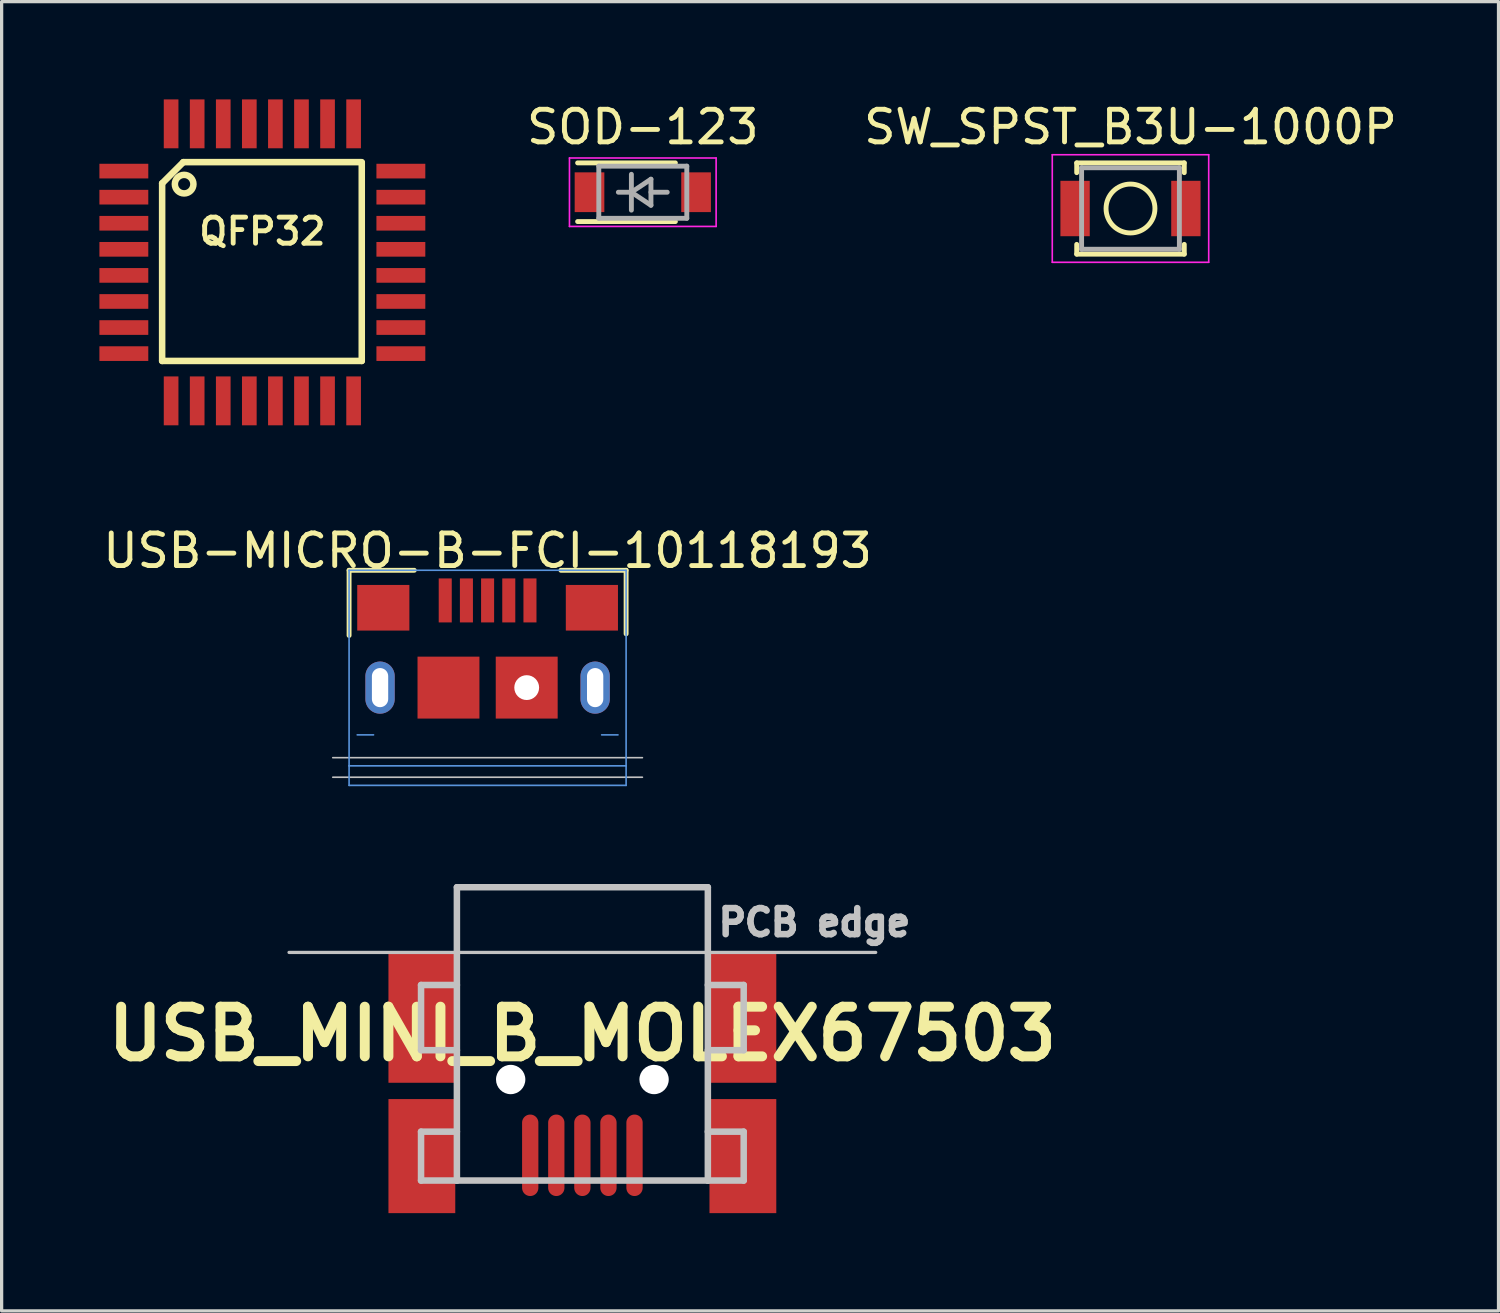
<source format=kicad_pcb>
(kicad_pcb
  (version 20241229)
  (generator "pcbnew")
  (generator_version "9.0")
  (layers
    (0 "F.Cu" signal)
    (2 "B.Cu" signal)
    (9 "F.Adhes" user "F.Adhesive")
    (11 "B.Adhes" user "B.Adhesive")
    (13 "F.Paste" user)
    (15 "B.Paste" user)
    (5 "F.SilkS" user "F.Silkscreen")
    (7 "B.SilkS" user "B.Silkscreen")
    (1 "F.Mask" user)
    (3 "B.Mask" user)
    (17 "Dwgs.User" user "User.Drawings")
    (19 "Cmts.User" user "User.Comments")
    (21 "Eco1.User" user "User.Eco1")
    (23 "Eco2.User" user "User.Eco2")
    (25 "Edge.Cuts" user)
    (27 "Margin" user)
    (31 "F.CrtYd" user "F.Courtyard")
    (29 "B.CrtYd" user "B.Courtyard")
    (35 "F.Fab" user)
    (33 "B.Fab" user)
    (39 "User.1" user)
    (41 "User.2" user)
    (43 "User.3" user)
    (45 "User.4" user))
  (footprint "USB_MINI_B_MOLEX67503"
    (layer "F.Cu")
    (at 14.819 28.673)
    (property "Reference" "USB_MINI_B_MOLEX67503" (at 0 0 0) (layer "F.SilkS") (effects (font (size 1.524 1.524) (thickness 0.305))))
    (attr smd)
    (fp_line (start -9 -2.5) (end 9 -2.5) (stroke (width 0.1) (type solid)) (layer "Dwgs.User"))
    (fp_line (start -4.95 -1.5) (end -4.95 0.5) (stroke (width 0.2) (type solid)) (layer "Dwgs.User"))
    (fp_line (start -4.95 3) (end -4.95 4.5) (stroke (width 0.2) (type solid)) (layer "Dwgs.User"))
    (fp_line (start -3.85 -4.5) (end 3.85 -4.5) (stroke (width 0.2) (type solid)) (layer "Dwgs.User"))
    (fp_line (start -3.85 -1.5) (end -4.95 -1.5) (stroke (width 0.2) (type solid)) (layer "Dwgs.User"))
    (fp_line (start -3.85 0.5) (end -4.95 0.5) (stroke (width 0.2) (type solid)) (layer "Dwgs.User"))
    (fp_line (start -3.85 3) (end -4.95 3) (stroke (width 0.2) (type solid)) (layer "Dwgs.User"))
    (fp_line (start -3.85 4.5) (end -4.95 4.5) (stroke (width 0.2) (type solid)) (layer "Dwgs.User"))
    (fp_line (start -3.85 4.5) (end -3.85 -4.5) (stroke (width 0.2) (type solid)) (layer "Dwgs.User"))
    (fp_line (start 3.85 -4.5) (end 3.85 4.5) (stroke (width 0.2) (type solid)) (layer "Dwgs.User"))
    (fp_line (start 3.85 -1.5) (end 4.95 -1.5) (stroke (width 0.2) (type solid)) (layer "Dwgs.User"))
    (fp_line (start 3.85 0.5) (end 4.95 0.5) (stroke (width 0.2) (type solid)) (layer "Dwgs.User"))
    (fp_line (start 3.85 3) (end 4.95 3) (stroke (width 0.2) (type solid)) (layer "Dwgs.User"))
    (fp_line (start 3.85 4.5) (end -3.85 4.5) (stroke (width 0.2) (type solid)) (layer "Dwgs.User"))
    (fp_line (start 3.85 4.5) (end 4.95 4.5) (stroke (width 0.2) (type solid)) (layer "Dwgs.User"))
    (fp_line (start 4.95 -1.5) (end 4.95 0.5) (stroke (width 0.2) (type solid)) (layer "Dwgs.User"))
    (fp_line (start 4.95 3) (end 4.95 4.5) (stroke (width 0.2) (type solid)) (layer "Dwgs.User"))
    (fp_text user "PCB edge" (at 7.12 -3.42 0) (layer "Dwgs.User") (effects (font (size 0.8 0.8) (thickness 0.2))))
    (pad "" np_thru_hole circle (at -2.2 1.4) (size 0.9 0.9) (drill 0.9) (layers "*.Cu" "*.Mask"))
    (pad "" np_thru_hole circle (at 2.2 1.4) (size 0.9 0.9) (drill 0.9) (layers "*.Cu" "*.Mask"))
    (pad "1" smd oval (at 1.6 3.725) (size 0.5 2.5) (layers "F.Cu" "F.Mask" "F.Paste"))
    (pad "2" smd oval (at 0.8 3.725) (size 0.5 2.5) (layers "F.Cu" "F.Mask" "F.Paste"))
    (pad "3" smd oval (at 0 3.725) (size 0.5 2.5) (layers "F.Cu" "F.Mask" "F.Paste"))
    (pad "4" smd oval (at -0.8 3.725) (size 0.5 2.5) (layers "F.Cu" "F.Mask" "F.Paste"))
    (pad "5" smd oval (at -1.6 3.725) (size 0.5 2.5) (layers "F.Cu" "F.Mask" "F.Paste"))
    (pad "~" smd rect (at -4.925 -0.5) (size 2.05 4) (layers "F.Cu" "F.Mask" "F.Paste"))
    (pad "~" smd rect (at -4.925 3.75) (size 2.05 3.5) (layers "F.Cu" "F.Mask" "F.Paste"))
    (pad "~" smd rect (at 4.925 -0.5) (size 2.05 4) (layers "F.Cu" "F.Mask" "F.Paste"))
    (pad "~" smd rect (at 4.925 3.75) (size 2.05 3.5) (layers "F.Cu" "F.Mask" "F.Paste")))
  (footprint "SW_SPST_B3U-1000P"
    (layer "F.Cu")
    (at 31.637 3.348)
    (property "Reference" "SW_SPST_B3U-1000P" (at 0 -2.5 0) (layer "F.SilkS") (effects (font (size 1 1) (thickness 0.15))))
    (attr smd)
    (fp_line (start -1.65 -1.4) (end 1.65 -1.4) (stroke (width 0.15) (type solid)) (layer "F.SilkS"))
    (fp_line (start -1.65 -1.1) (end -1.65 -1.4) (stroke (width 0.15) (type solid)) (layer "F.SilkS"))
    (fp_line (start -1.65 1.1) (end -1.65 1.4) (stroke (width 0.15) (type solid)) (layer "F.SilkS"))
    (fp_line (start -1.65 1.4) (end 1.65 1.4) (stroke (width 0.15) (type solid)) (layer "F.SilkS"))
    (fp_line (start 1.65 -1.4) (end 1.65 -1.1) (stroke (width 0.15) (type solid)) (layer "F.SilkS"))
    (fp_line (start 1.65 1.4) (end 1.65 1.1) (stroke (width 0.15) (type solid)) (layer "F.SilkS"))
    (fp_circle (center 0 0) (end 0.75 0) (stroke (width 0.15) (type solid)) (fill no) (layer "F.SilkS"))
    (fp_line (start -2.4 -1.65) (end -2.4 1.65) (stroke (width 0.05) (type solid)) (layer "F.CrtYd"))
    (fp_line (start -2.4 1.65) (end 2.4 1.65) (stroke (width 0.05) (type solid)) (layer "F.CrtYd"))
    (fp_line (start 2.4 -1.65) (end -2.4 -1.65) (stroke (width 0.05) (type solid)) (layer "F.CrtYd"))
    (fp_line (start 2.4 1.65) (end 2.4 -1.65) (stroke (width 0.05) (type solid)) (layer "F.CrtYd"))
    (fp_line (start -1.5 -1.25) (end 1.5 -1.25) (stroke (width 0.15) (type solid)) (layer "F.Fab"))
    (fp_line (start -1.5 1.25) (end -1.5 -1.25) (stroke (width 0.15) (type solid)) (layer "F.Fab"))
    (fp_line (start 1.5 -1.25) (end 1.5 1.25) (stroke (width 0.15) (type solid)) (layer "F.Fab"))
    (fp_line (start 1.5 1.25) (end -1.5 1.25) (stroke (width 0.15) (type solid)) (layer "F.Fab"))
    (pad "1" smd rect (at -1.7 0) (size 0.9 1.7) (layers "F.Cu" "F.Mask" "F.Paste"))
    (pad "2" smd rect (at 1.7 0) (size 0.9 1.7) (layers "F.Cu" "F.Mask" "F.Paste")))
  (footprint "USB-MICRO-B-FCI-10118193"
    (layer "F.Cu")
    (at 11.911 18.048)
    (property "Reference" "USB-MICRO-B-FCI-10118193" (at 0 -4.2 0) (layer "F.SilkS") (effects (font (size 1 1) (thickness 0.15))))
    (attr through_hole)
    (fp_line (start -4.25 -3.6) (end -2.25 -3.6) (stroke (width 0.15) (type solid)) (layer "F.SilkS"))
    (fp_line (start -4.25 -1.6) (end -4.25 -3.6) (stroke (width 0.15) (type solid)) (layer "F.SilkS"))
    (fp_line (start 2.25 -3.6) (end 4.25 -3.6) (stroke (width 0.15) (type solid)) (layer "F.SilkS"))
    (fp_line (start 4.25 -3.6) (end 4.25 -1.65) (stroke (width 0.15) (type solid)) (layer "F.SilkS"))
    (fp_line (start 4.75 2.15) (end -4.75 2.15) (stroke (width 0.05) (type solid)) (layer "Dwgs.User"))
    (fp_line (start 4.75 2.75) (end -4.75 2.75) (stroke (width 0.05) (type solid)) (layer "Dwgs.User"))
    (fp_line (start -4.25 -3.6) (end -4.25 2.4) (stroke (width 0.05) (type solid)) (layer "Cmts.User"))
    (fp_line (start -4.25 3) (end -4.25 2.4) (stroke (width 0.05) (type solid)) (layer "Cmts.User"))
    (fp_line (start -4 1.45) (end -3.5 1.45) (stroke (width 0.05) (type solid)) (layer "Cmts.User"))
    (fp_line (start 4 1.45) (end 3.5 1.45) (stroke (width 0.05) (type solid)) (layer "Cmts.User"))
    (fp_line (start 4.25 -3.6) (end -4.25 -3.6) (stroke (width 0.05) (type solid)) (layer "Cmts.User"))
    (fp_line (start 4.25 -3.6) (end 4.25 2.4) (stroke (width 0.05) (type solid)) (layer "Cmts.User"))
    (fp_line (start 4.25 2.4) (end -4.25 2.4) (stroke (width 0.05) (type solid)) (layer "Cmts.User"))
    (fp_line (start 4.25 2.4) (end 4.25 3) (stroke (width 0.05) (type solid)) (layer "Cmts.User"))
    (fp_line (start 4.25 3) (end -4.25 3) (stroke (width 0.05) (type solid)) (layer "Cmts.User"))
    (pad "" thru_hole oval (at -3.3 0) (size 0.9 1.6) (drill oval 0.5 1.2) (layers "*.Cu" "*.Paste" "*.Mask"))
    (pad "" connect rect (at -1.2 0) (size 1.9 1.9) (layers "F.Cu" "F.Mask" "F.Paste"))
    (pad "" np_thru_hole rect (at 1.2 0) (size 1.9 1.9) (drill 0.762) (layers "F.Cu" "F.Mask" "F.Paste"))
    (pad "" thru_hole oval (at 3.3 0) (size 0.9 1.6) (drill oval 0.5 1.2) (layers "*.Cu" "*.Paste" "*.Mask"))
    (pad "1" smd rect (at -1.3 -2.675) (size 0.4 1.35) (layers "F.Cu" "F.Mask" "F.Paste"))
    (pad "2" smd rect (at -0.65 -2.675) (size 0.4 1.35) (layers "F.Cu" "F.Mask" "F.Paste"))
    (pad "3" smd rect (at 0 -2.675) (size 0.4 1.35) (layers "F.Cu" "F.Mask" "F.Paste"))
    (pad "4" smd rect (at 0.65 -2.675) (size 0.4 1.35) (layers "F.Cu" "F.Mask" "F.Paste"))
    (pad "5" smd rect (at 1.3 -2.675) (size 0.4 1.35) (layers "F.Cu" "F.Mask" "F.Paste"))
    (pad "SHIE" smd rect (at -3.2 -2.45) (size 1.6 1.4) (layers "F.Cu" "F.Mask" "F.Paste"))
    (pad "SHIE" smd rect (at 3.2 -2.45) (size 1.6 1.4) (layers "F.Cu" "F.Mask" "F.Paste")))
  (footprint "SOD-123"
    (layer "F.Cu")
    (at 16.673 2.848)
    (property "Reference" "SOD-123" (at 0 -2 0) (layer "F.SilkS") (effects (font (size 1 1) (thickness 0.15))))
    (attr smd)
    (fp_line (start -2 -0.9) (end 1 -0.9) (stroke (width 0.15) (type solid)) (layer "F.SilkS"))
    (fp_line (start -2 0.9) (end 1 0.9) (stroke (width 0.15) (type solid)) (layer "F.SilkS"))
    (fp_line (start -2.25 -1.05) (end -2.25 1.05) (stroke (width 0.05) (type solid)) (layer "F.CrtYd"))
    (fp_line (start -2.25 -1.05) (end 2.25 -1.05) (stroke (width 0.05) (type solid)) (layer "F.CrtYd"))
    (fp_line (start 2.25 -1.05) (end 2.25 1.05) (stroke (width 0.05) (type solid)) (layer "F.CrtYd"))
    (fp_line (start 2.25 1.05) (end -2.25 1.05) (stroke (width 0.05) (type solid)) (layer "F.CrtYd"))
    (fp_line (start -1.35 -0.8) (end 1.35 -0.8) (stroke (width 0.15) (type solid)) (layer "F.Fab"))
    (fp_line (start -1.35 0.8) (end -1.35 -0.8) (stroke (width 0.15) (type solid)) (layer "F.Fab"))
    (fp_line (start -0.75 0) (end -0.35 0) (stroke (width 0.15) (type solid)) (layer "F.Fab"))
    (fp_line (start -0.35 0) (end -0.35 -0.55) (stroke (width 0.15) (type solid)) (layer "F.Fab"))
    (fp_line (start -0.35 0) (end -0.35 0.55) (stroke (width 0.15) (type solid)) (layer "F.Fab"))
    (fp_line (start -0.35 0) (end 0.25 -0.4) (stroke (width 0.15) (type solid)) (layer "F.Fab"))
    (fp_line (start 0.25 -0.4) (end 0.25 0.4) (stroke (width 0.15) (type solid)) (layer "F.Fab"))
    (fp_line (start 0.25 0) (end 0.75 0) (stroke (width 0.15) (type solid)) (layer "F.Fab"))
    (fp_line (start 0.25 0.4) (end -0.35 0) (stroke (width 0.15) (type solid)) (layer "F.Fab"))
    (fp_line (start 1.35 -0.8) (end 1.35 0.8) (stroke (width 0.15) (type solid)) (layer "F.Fab"))
    (fp_line (start 1.35 0.8) (end -1.35 0.8) (stroke (width 0.15) (type solid)) (layer "F.Fab"))
    (pad "1" smd rect (at -1.635 0) (size 0.91 1.22) (layers "F.Cu" "F.Mask" "F.Paste"))
    (pad "2" smd rect (at 1.635 0) (size 0.91 1.22) (layers "F.Cu" "F.Mask" "F.Paste")))
  (footprint "QFP32"
    (layer "F.Cu")
    (at 5 5)
    (property "Reference" "QFP32" (at 0 -0.95 0) (layer "F.SilkS") (effects (font (size 0.8 0.8) (thickness 0.15))))
    (attr through_hole)
    (fp_line (start -3.075 -2.425) (end -2.425 -3.075) (stroke (width 0.2) (type solid)) (layer "F.SilkS"))
    (fp_line (start -3.075 3.025) (end -3.075 -2.425) (stroke (width 0.2) (type solid)) (layer "F.SilkS"))
    (fp_line (start -2.425 -3.075) (end 3.05 -3.075) (stroke (width 0.2) (type solid)) (layer "F.SilkS"))
    (fp_line (start 3.05 -3.05) (end 3.05 3.025) (stroke (width 0.2) (type solid)) (layer "F.SilkS"))
    (fp_line (start 3.05 3.025) (end -3.075 3.025) (stroke (width 0.2) (type solid)) (layer "F.SilkS"))
    (fp_circle (center -2.4 -2.4) (end -2.175 -2.225) (stroke (width 0.2) (type solid)) (fill no) (layer "F.SilkS"))
    (pad "1" smd rect (at -4.25 -2.8) (size 1.5 0.45) (layers "F.Cu" "F.Mask" "F.Paste"))
    (pad "2" smd rect (at -4.25 -2) (size 1.5 0.45) (layers "F.Cu" "F.Mask" "F.Paste"))
    (pad "3" smd rect (at -4.25 -1.2) (size 1.5 0.45) (layers "F.Cu" "F.Mask" "F.Paste"))
    (pad "4" smd rect (at -4.25 -0.4) (size 1.5 0.45) (layers "F.Cu" "F.Mask" "F.Paste"))
    (pad "5" smd rect (at -4.25 0.4) (size 1.5 0.45) (layers "F.Cu" "F.Mask" "F.Paste"))
    (pad "6" smd rect (at -4.25 1.2) (size 1.5 0.45) (layers "F.Cu" "F.Mask" "F.Paste"))
    (pad "7" smd rect (at -4.25 2) (size 1.5 0.45) (layers "F.Cu" "F.Mask" "F.Paste"))
    (pad "8" smd rect (at -4.25 2.8) (size 1.5 0.45) (layers "F.Cu" "F.Mask" "F.Paste"))
    (pad "9" smd rect (at -2.8 4.25) (size 0.45 1.5) (layers "F.Cu" "F.Mask" "F.Paste"))
    (pad "10" smd rect (at -2 4.25) (size 0.45 1.5) (layers "F.Cu" "F.Mask" "F.Paste"))
    (pad "11" smd rect (at -1.2 4.25) (size 0.45 1.5) (layers "F.Cu" "F.Mask" "F.Paste"))
    (pad "12" smd rect (at -0.4 4.25) (size 0.45 1.5) (layers "F.Cu" "F.Mask" "F.Paste"))
    (pad "13" smd rect (at 0.4 4.25) (size 0.45 1.5) (layers "F.Cu" "F.Mask" "F.Paste"))
    (pad "14" smd rect (at 1.2 4.25) (size 0.45 1.5) (layers "F.Cu" "F.Mask" "F.Paste"))
    (pad "15" smd rect (at 2 4.25) (size 0.45 1.5) (layers "F.Cu" "F.Mask" "F.Paste"))
    (pad "16" smd rect (at 2.8 4.25) (size 0.45 1.5) (layers "F.Cu" "F.Mask" "F.Paste"))
    (pad "17" smd rect (at 4.25 2.8) (size 1.5 0.45) (layers "F.Cu" "F.Mask" "F.Paste"))
    (pad "18" smd rect (at 4.25 2) (size 1.5 0.45) (layers "F.Cu" "F.Mask" "F.Paste"))
    (pad "19" smd rect (at 4.25 1.2) (size 1.5 0.45) (layers "F.Cu" "F.Mask" "F.Paste"))
    (pad "20" smd rect (at 4.25 0.4) (size 1.5 0.45) (layers "F.Cu" "F.Mask" "F.Paste"))
    (pad "21" smd rect (at 4.25 -0.4) (size 1.5 0.45) (layers "F.Cu" "F.Mask" "F.Paste"))
    (pad "22" smd rect (at 4.25 -1.2) (size 1.5 0.45) (layers "F.Cu" "F.Mask" "F.Paste"))
    (pad "23" smd rect (at 4.25 -2) (size 1.5 0.45) (layers "F.Cu" "F.Mask" "F.Paste"))
    (pad "24" smd rect (at 4.25 -2.8) (size 1.5 0.45) (layers "F.Cu" "F.Mask" "F.Paste"))
    (pad "25" smd rect (at 2.8 -4.25) (size 0.45 1.5) (layers "F.Cu" "F.Mask" "F.Paste"))
    (pad "26" smd rect (at 2 -4.25) (size 0.45 1.5) (layers "F.Cu" "F.Mask" "F.Paste"))
    (pad "27" smd rect (at 1.2 -4.25) (size 0.45 1.5) (layers "F.Cu" "F.Mask" "F.Paste"))
    (pad "28" smd rect (at 0.4 -4.25) (size 0.45 1.5) (layers "F.Cu" "F.Mask" "F.Paste"))
    (pad "29" smd rect (at -0.4 -4.25) (size 0.45 1.5) (layers "F.Cu" "F.Mask" "F.Paste"))
    (pad "30" smd rect (at -1.2 -4.25) (size 0.45 1.5) (layers "F.Cu" "F.Mask" "F.Paste"))
    (pad "31" smd rect (at -2 -4.25) (size 0.45 1.5) (layers "F.Cu" "F.Mask" "F.Paste"))
    (pad "32" smd rect (at -2.8 -4.25) (size 0.45 1.5) (layers "F.Cu" "F.Mask" "F.Paste")))
  (gr_rect
    (start -3 -3)
    (end 42.929 37.173)
    (stroke (width 0.1) (type default))
    (fill no)
    (layer "Edge.Cuts")))
</source>
